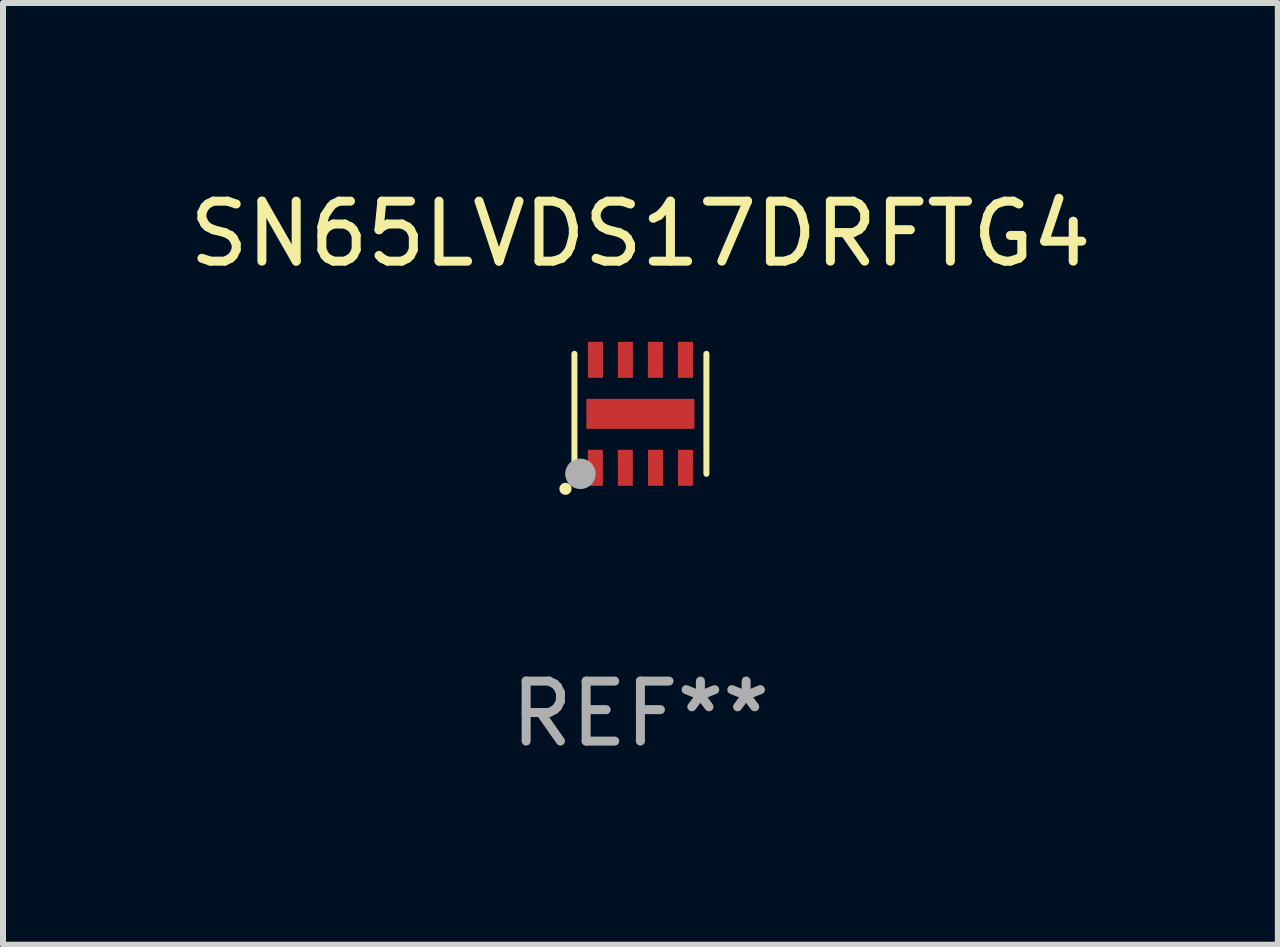
<source format=kicad_pcb>
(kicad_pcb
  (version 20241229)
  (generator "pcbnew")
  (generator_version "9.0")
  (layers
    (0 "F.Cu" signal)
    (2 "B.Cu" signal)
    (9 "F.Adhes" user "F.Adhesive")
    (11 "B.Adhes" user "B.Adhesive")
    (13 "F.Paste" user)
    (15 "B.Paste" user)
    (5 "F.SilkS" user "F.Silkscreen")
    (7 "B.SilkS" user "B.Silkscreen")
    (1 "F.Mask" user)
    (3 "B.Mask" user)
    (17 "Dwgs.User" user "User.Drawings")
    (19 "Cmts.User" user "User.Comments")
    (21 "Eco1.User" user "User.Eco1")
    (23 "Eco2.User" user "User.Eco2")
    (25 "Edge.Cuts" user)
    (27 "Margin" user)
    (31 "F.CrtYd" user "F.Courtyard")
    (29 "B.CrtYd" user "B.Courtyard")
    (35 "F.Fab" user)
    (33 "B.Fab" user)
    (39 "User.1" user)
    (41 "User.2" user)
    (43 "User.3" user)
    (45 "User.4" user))
  (footprint "SN65LVDS17DRFTG4"
    (layer "F.Cu")
    (at 7.625 3.848)
    (property "Reference" "SN65LVDS17DRFTG4" (at 0 -3 0) (layer "F.SilkS") (effects (font (size 1 1) (thickness 0.15))))
    (attr through_hole)
    (fp_line (start -1.1 1) (end -1.1 -1) (stroke (width 0.1) (type solid)) (layer "F.SilkS"))
    (fp_line (start 1.1 -1) (end 1.1 1) (stroke (width 0.1) (type solid)) (layer "F.SilkS"))
    (fp_arc (start -1.250572 1.249936) (mid -1.249302 1.249928) (end -1.248032 1.249936) (stroke (width 0.2) (type solid)) (layer "F.SilkS"))
    (fp_circle (center -1 1) (end -0.97 1) (stroke (width 0.06) (type solid)) (fill no) (layer "F.SilkS"))
    (fp_circle (center -1 1) (end -0.873 1) (stroke (width 0.254) (type solid)) (fill no) (layer "F.Fab"))
    (fp_text user "REF**" (at 0 5 0) (layer "F.Fab") (effects (font (size 1 1) (thickness 0.15))))
    (pad "1" smd rect (at -0.751 0.9) (size 0.25 0.6) (layers "F.Cu" "F.Mask" "F.Paste"))
    (pad "2" smd rect (at -0.252 0.9) (size 0.25 0.6) (layers "F.Cu" "F.Mask" "F.Paste"))
    (pad "3" smd rect (at 0.251 0.9) (size 0.25 0.6) (layers "F.Cu" "F.Mask" "F.Paste"))
    (pad "4" smd rect (at 0.751 0.9) (size 0.25 0.6) (layers "F.Cu" "F.Mask" "F.Paste"))
    (pad "5" smd rect (at 0.751 -0.9 180) (size 0.25 0.6) (layers "F.Cu" "F.Mask" "F.Paste"))
    (pad "6" smd rect (at 0.249 -0.9 180) (size 0.25 0.6) (layers "F.Cu" "F.Mask" "F.Paste"))
    (pad "7" smd rect (at -0.251 -0.9 180) (size 0.25 0.6) (layers "F.Cu" "F.Mask" "F.Paste"))
    (pad "8" smd rect (at -0.75 -0.9 180) (size 0.25 0.6) (layers "F.Cu" "F.Mask" "F.Paste"))
    (pad "9" smd rect (at 0.000102 -0.000025 270) (size 0.5 1.8) (layers "F.Cu" "F.Mask" "F.Paste")))
  (gr_rect
    (start -3 -3)
    (end 18.25 12.697)
    (stroke (width 0.1) (type default))
    (fill no)
    (layer "Edge.Cuts")))
</source>
